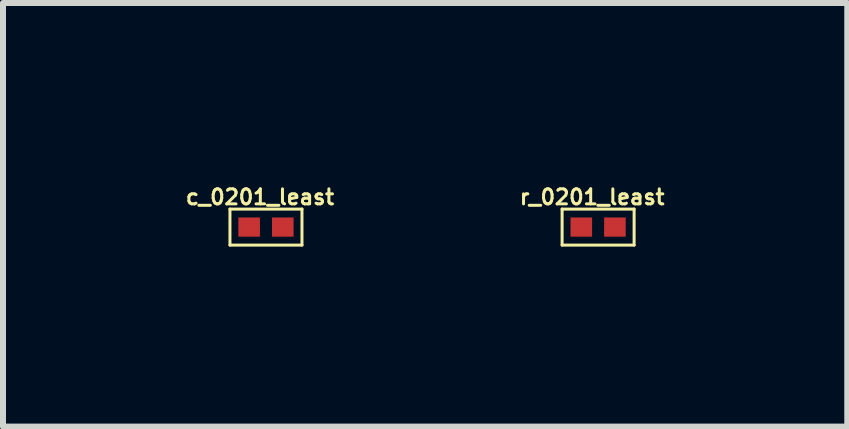
<source format=kicad_pcb>
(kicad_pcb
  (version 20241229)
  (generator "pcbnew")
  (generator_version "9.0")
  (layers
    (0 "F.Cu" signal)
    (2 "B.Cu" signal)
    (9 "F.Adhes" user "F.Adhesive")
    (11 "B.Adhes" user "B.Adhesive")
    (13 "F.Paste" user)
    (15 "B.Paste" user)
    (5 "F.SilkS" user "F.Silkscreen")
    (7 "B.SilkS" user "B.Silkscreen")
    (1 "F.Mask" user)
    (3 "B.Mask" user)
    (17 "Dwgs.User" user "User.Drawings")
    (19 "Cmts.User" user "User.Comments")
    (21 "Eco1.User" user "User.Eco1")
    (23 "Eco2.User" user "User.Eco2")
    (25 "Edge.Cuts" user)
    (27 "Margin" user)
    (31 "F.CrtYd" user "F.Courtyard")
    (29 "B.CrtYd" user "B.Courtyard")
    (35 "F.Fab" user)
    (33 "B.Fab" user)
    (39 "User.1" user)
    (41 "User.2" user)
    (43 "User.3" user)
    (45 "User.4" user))
  (footprint "c_0201_least"
    (layer "F.Cu")
    (at 1.382 0.734)
    (property "Reference" "c_0201_least" (at -0.1 -0.5 0) (layer "F.SilkS") (effects (font (size 0.25 0.25) (thickness 0.05))))
    (attr smd)
    (fp_line (start -0.6 -0.3) (end 0.6 -0.3) (stroke (width 0.05) (type solid)) (layer "F.SilkS"))
    (fp_line (start -0.6 0.3) (end -0.6 -0.3) (stroke (width 0.05) (type solid)) (layer "F.SilkS"))
    (fp_line (start 0.6 -0.3) (end 0.6 0.3) (stroke (width 0.05) (type solid)) (layer "F.SilkS"))
    (fp_line (start 0.6 0.3) (end -0.6 0.3) (stroke (width 0.05) (type solid)) (layer "F.SilkS"))
    (pad "1" smd rect (at -0.28 0) (size 0.36 0.32) (layers "F.Cu" "F.Mask" "F.Paste"))
    (pad "2" smd rect (at 0.28 0) (size 0.36 0.32) (layers "F.Cu" "F.Mask" "F.Paste")))
  (footprint "r_0201_least"
    (layer "F.Cu")
    (at 6.917 0.734)
    (property "Reference" "r_0201_least" (at -0.1 -0.5 0) (layer "F.SilkS") (effects (font (size 0.25 0.25) (thickness 0.05))))
    (attr smd)
    (fp_line (start -0.6 -0.3) (end 0.6 -0.3) (stroke (width 0.05) (type solid)) (layer "F.SilkS"))
    (fp_line (start -0.6 0.3) (end -0.6 -0.3) (stroke (width 0.05) (type solid)) (layer "F.SilkS"))
    (fp_line (start 0.6 -0.3) (end 0.6 0.3) (stroke (width 0.05) (type solid)) (layer "F.SilkS"))
    (fp_line (start 0.6 0.3) (end -0.6 0.3) (stroke (width 0.05) (type solid)) (layer "F.SilkS"))
    (pad "1" smd rect (at -0.28 0) (size 0.36 0.32) (layers "F.Cu" "F.Mask" "F.Paste"))
    (pad "2" smd rect (at 0.28 0) (size 0.36 0.32) (layers "F.Cu" "F.Mask" "F.Paste")))
  (gr_rect
    (start -3 -3)
    (end 11.069 4.059)
    (stroke (width 0.1) (type default))
    (fill no)
    (layer "Edge.Cuts")))
</source>
